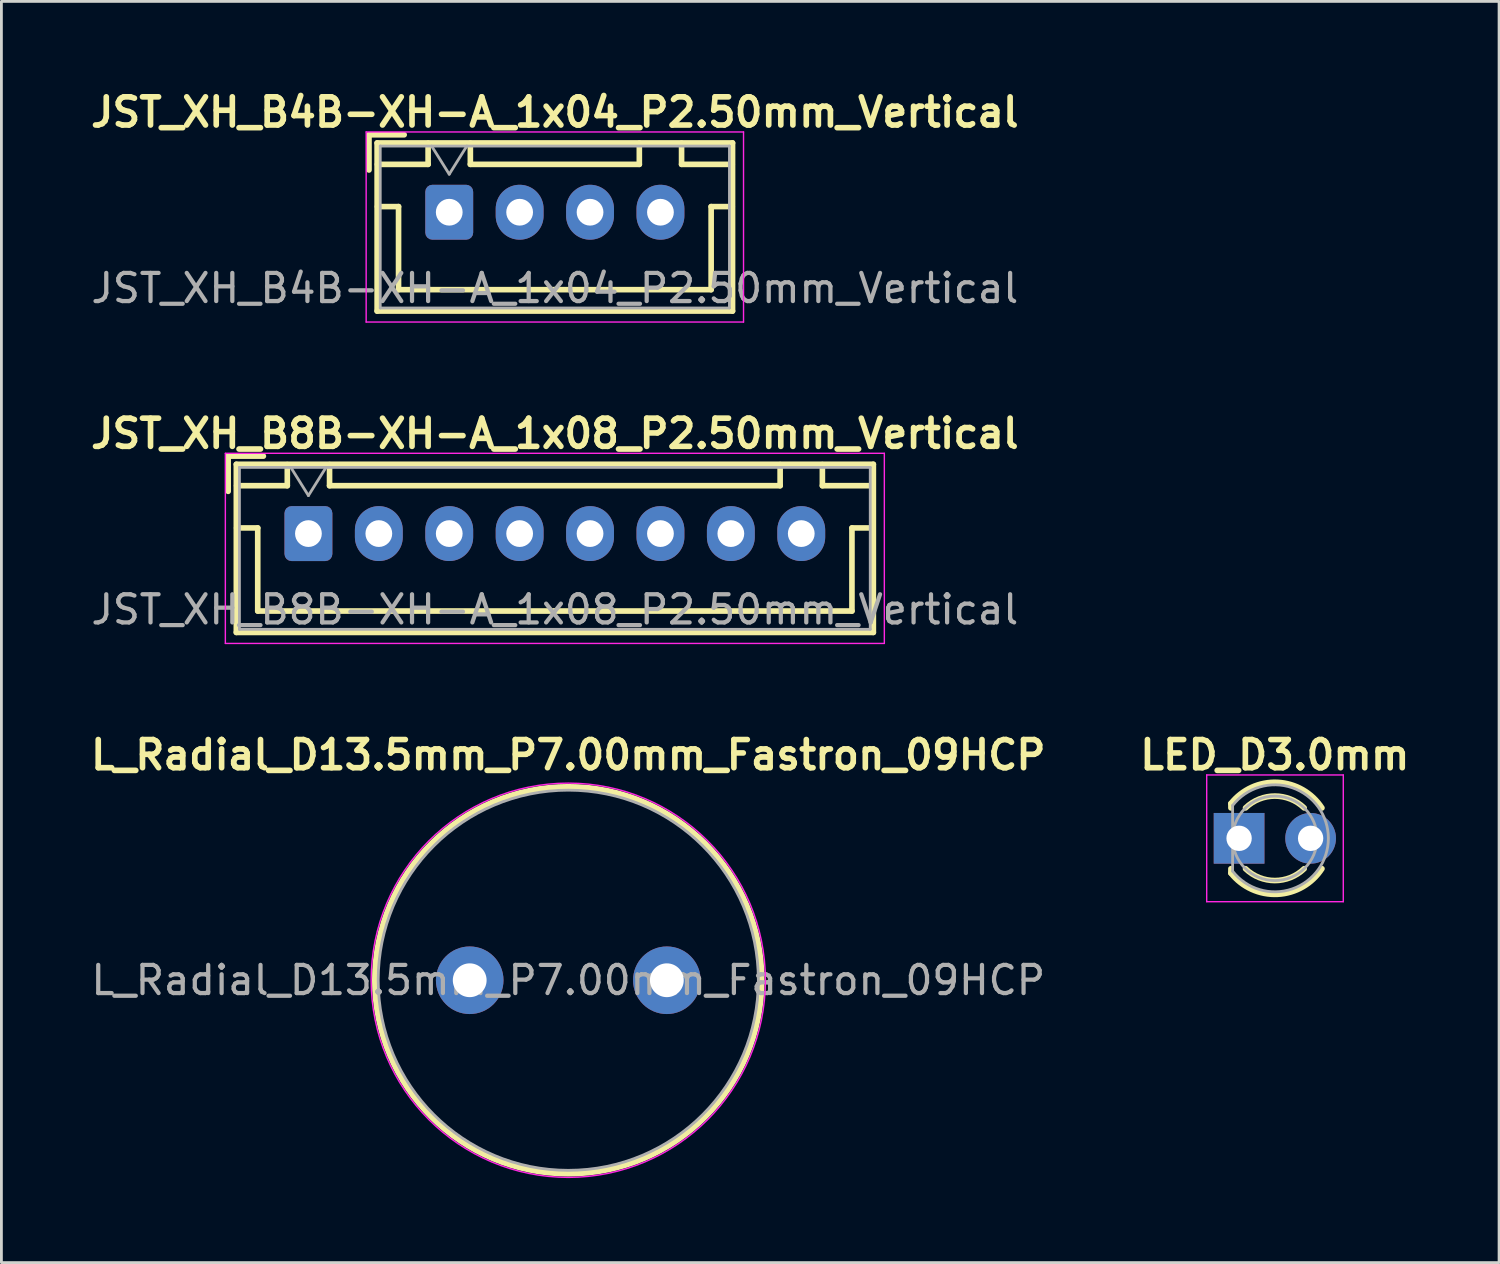
<source format=kicad_pcb>
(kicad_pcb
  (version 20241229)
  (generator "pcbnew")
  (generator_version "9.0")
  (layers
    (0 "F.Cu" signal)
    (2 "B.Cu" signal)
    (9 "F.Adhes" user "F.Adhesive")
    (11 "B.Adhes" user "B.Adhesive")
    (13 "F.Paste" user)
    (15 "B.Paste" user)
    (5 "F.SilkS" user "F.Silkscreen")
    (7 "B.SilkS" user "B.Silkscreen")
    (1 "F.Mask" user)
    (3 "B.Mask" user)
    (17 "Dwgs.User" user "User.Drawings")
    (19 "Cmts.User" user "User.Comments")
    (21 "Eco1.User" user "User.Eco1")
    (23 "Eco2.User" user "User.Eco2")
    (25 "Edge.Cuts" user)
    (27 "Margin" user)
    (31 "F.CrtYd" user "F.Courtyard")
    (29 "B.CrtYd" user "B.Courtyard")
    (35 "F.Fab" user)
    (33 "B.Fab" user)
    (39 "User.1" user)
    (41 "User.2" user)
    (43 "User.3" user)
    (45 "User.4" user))
  (footprint "LED_D3.0mm"
    (layer "F.Cu")
    (at 40.949 26.718)
    (property "Reference" "LED_D3.0mm" (at 1.27 -2.96 0) (layer "F.SilkS") (effects (font (size 1 1) (thickness 0.2))))
    (attr through_hole)
    (fp_line (start -0.29 -1.236) (end -0.29 -1.08) (stroke (width 0.2) (type solid)) (layer "F.SilkS"))
    (fp_line (start -0.29 1.08) (end -0.29 1.236) (stroke (width 0.2) (type solid)) (layer "F.SilkS"))
    (fp_arc (start -0.29 -1.235516) (mid 1.366487 -1.987659) (end 2.942335 -1.078608) (stroke (width 0.2) (type solid)) (layer "F.SilkS"))
    (fp_arc (start 0.229039 -1.08) (mid 1.270117 -1.5) (end 2.31113 -1.079837) (stroke (width 0.2) (type solid)) (layer "F.SilkS"))
    (fp_arc (start 2.31113 1.079837) (mid 1.270117 1.5) (end 0.229039 1.08) (stroke (width 0.2) (type solid)) (layer "F.SilkS"))
    (fp_arc (start 2.942335 1.078608) (mid 1.366487 1.987659) (end -0.29 1.235516) (stroke (width 0.2) (type solid)) (layer "F.SilkS"))
    (fp_line (start -1.15 -2.25) (end -1.15 2.25) (stroke (width 0.05) (type solid)) (layer "F.CrtYd"))
    (fp_line (start -1.15 2.25) (end 3.7 2.25) (stroke (width 0.05) (type solid)) (layer "F.CrtYd"))
    (fp_line (start 3.7 -2.25) (end -1.15 -2.25) (stroke (width 0.05) (type solid)) (layer "F.CrtYd"))
    (fp_line (start 3.7 2.25) (end 3.7 -2.25) (stroke (width 0.05) (type solid)) (layer "F.CrtYd"))
    (fp_line (start -0.23 -1.166) (end -0.23 1.166) (stroke (width 0.1) (type solid)) (layer "F.Fab"))
    (fp_arc (start -0.23 -1.16619) (mid 3.17 0.000452) (end -0.230555 1.165476) (stroke (width 0.1) (type solid)) (layer "F.Fab"))
    (fp_circle (center 1.27 0) (end 2.77 0) (stroke (width 0.1) (type solid)) (fill no) (layer "F.Fab"))
    (pad "1" thru_hole rect (at 0 0) (size 1.8 1.8) (drill 0.9) (layers "*.Cu" "*.Mask"))
    (pad "2" thru_hole circle (at 2.54 0) (size 1.8 1.8) (drill 0.9) (layers "*.Cu" "*.Mask")))
  (footprint "JST_XH_B4B-XH-A_1x04_P2.50mm_Vertical"
    (layer "F.Cu")
    (at 12.902 4.486)
    (property "Reference" "JST_XH_B4B-XH-A_1x04_P2.50mm_Vertical" (at 3.75 -3.55 0) (layer "F.SilkS") (effects (font (size 1 1) (thickness 0.2))))
    (attr through_hole)
    (fp_line (start -2.85 -2.75) (end -2.85 -1.5) (stroke (width 0.2) (type solid)) (layer "F.SilkS"))
    (fp_line (start -2.56 -2.46) (end -2.56 3.51) (stroke (width 0.2) (type solid)) (layer "F.SilkS"))
    (fp_line (start -2.56 3.51) (end 10.06 3.51) (stroke (width 0.2) (type solid)) (layer "F.SilkS"))
    (fp_line (start -2.55 -2.45) (end -2.55 -1.7) (stroke (width 0.12) (type solid)) (layer "F.SilkS"))
    (fp_line (start -2.55 -1.7) (end -0.75 -1.7) (stroke (width 0.2) (type solid)) (layer "F.SilkS"))
    (fp_line (start -2.55 -0.2) (end -1.8 -0.2) (stroke (width 0.2) (type solid)) (layer "F.SilkS"))
    (fp_line (start -1.8 -0.2) (end -1.8 2.75) (stroke (width 0.2) (type solid)) (layer "F.SilkS"))
    (fp_line (start -1.8 2.75) (end 3.75 2.75) (stroke (width 0.2) (type solid)) (layer "F.SilkS"))
    (fp_line (start -1.6 -2.75) (end -2.85 -2.75) (stroke (width 0.2) (type solid)) (layer "F.SilkS"))
    (fp_line (start -0.75 -2.45) (end -2.55 -2.45) (stroke (width 0.12) (type solid)) (layer "F.SilkS"))
    (fp_line (start -0.75 -1.7) (end -0.75 -2.45) (stroke (width 0.2) (type solid)) (layer "F.SilkS"))
    (fp_line (start 0.75 -2.45) (end 0.75 -1.7) (stroke (width 0.2) (type solid)) (layer "F.SilkS"))
    (fp_line (start 0.75 -1.7) (end 6.75 -1.7) (stroke (width 0.2) (type solid)) (layer "F.SilkS"))
    (fp_line (start 6.75 -2.45) (end 0.75 -2.45) (stroke (width 0.12) (type solid)) (layer "F.SilkS"))
    (fp_line (start 6.75 -1.7) (end 6.75 -2.45) (stroke (width 0.2) (type solid)) (layer "F.SilkS"))
    (fp_line (start 8.25 -2.45) (end 8.25 -1.7) (stroke (width 0.2) (type solid)) (layer "F.SilkS"))
    (fp_line (start 8.25 -1.7) (end 10.05 -1.7) (stroke (width 0.2) (type solid)) (layer "F.SilkS"))
    (fp_line (start 9.3 -0.2) (end 9.3 2.75) (stroke (width 0.2) (type solid)) (layer "F.SilkS"))
    (fp_line (start 9.3 2.75) (end 3.75 2.75) (stroke (width 0.2) (type solid)) (layer "F.SilkS"))
    (fp_line (start 10.05 -2.45) (end 8.25 -2.45) (stroke (width 0.12) (type solid)) (layer "F.SilkS"))
    (fp_line (start 10.05 -1.7) (end 10.05 -2.45) (stroke (width 0.12) (type solid)) (layer "F.SilkS"))
    (fp_line (start 10.05 -0.2) (end 9.3 -0.2) (stroke (width 0.2) (type solid)) (layer "F.SilkS"))
    (fp_line (start 10.06 -2.46) (end -2.56 -2.46) (stroke (width 0.2) (type solid)) (layer "F.SilkS"))
    (fp_line (start 10.06 3.51) (end 10.06 -2.46) (stroke (width 0.2) (type solid)) (layer "F.SilkS"))
    (fp_line (start -2.95 -2.85) (end -2.95 3.9) (stroke (width 0.05) (type solid)) (layer "F.CrtYd"))
    (fp_line (start -2.95 3.9) (end 10.45 3.9) (stroke (width 0.05) (type solid)) (layer "F.CrtYd"))
    (fp_line (start 10.45 -2.85) (end -2.95 -2.85) (stroke (width 0.05) (type solid)) (layer "F.CrtYd"))
    (fp_line (start 10.45 3.9) (end 10.45 -2.85) (stroke (width 0.05) (type solid)) (layer "F.CrtYd"))
    (fp_line (start -2.45 -2.35) (end -2.45 3.4) (stroke (width 0.1) (type solid)) (layer "F.Fab"))
    (fp_line (start -2.45 3.4) (end 9.95 3.4) (stroke (width 0.1) (type solid)) (layer "F.Fab"))
    (fp_line (start -0.625 -2.35) (end 0 -1.35) (stroke (width 0.1) (type solid)) (layer "F.Fab"))
    (fp_line (start 0 -1.35) (end 0.625 -2.35) (stroke (width 0.1) (type solid)) (layer "F.Fab"))
    (fp_line (start 9.95 -2.35) (end -2.45 -2.35) (stroke (width 0.1) (type solid)) (layer "F.Fab"))
    (fp_line (start 9.95 3.4) (end 9.95 -2.35) (stroke (width 0.1) (type solid)) (layer "F.Fab"))
    (fp_text user "${REFERENCE}" (at 3.75 2.7 0) (layer "F.Fab") (effects (font (size 1 1) (thickness 0.15))))
    (pad "1" thru_hole roundrect (at 0 0) (size 1.7 1.95) (drill 0.95) (layers "*.Cu" "*.Mask") (roundrect_rratio 0.147))
    (pad "2" thru_hole oval (at 2.5 0) (size 1.7 1.95) (drill 0.95) (layers "*.Cu" "*.Mask"))
    (pad "3" thru_hole oval (at 5 0) (size 1.7 1.95) (drill 0.95) (layers "*.Cu" "*.Mask"))
    (pad "4" thru_hole oval (at 7.5 0) (size 1.7 1.95) (drill 0.95) (layers "*.Cu" "*.Mask")))
  (footprint "JST_XH_B8B-XH-A_1x08_P2.50mm_Vertical"
    (layer "F.Cu")
    (at 7.902 15.897)
    (property "Reference" "JST_XH_B8B-XH-A_1x08_P2.50mm_Vertical" (at 8.75 -3.55 0) (layer "F.SilkS") (effects (font (size 1 1) (thickness 0.2))))
    (attr through_hole)
    (fp_line (start -2.85 -2.75) (end -2.85 -1.5) (stroke (width 0.2) (type solid)) (layer "F.SilkS"))
    (fp_line (start -2.56 -2.46) (end -2.56 3.51) (stroke (width 0.2) (type solid)) (layer "F.SilkS"))
    (fp_line (start -2.56 3.51) (end 20.06 3.51) (stroke (width 0.2) (type solid)) (layer "F.SilkS"))
    (fp_line (start -2.55 -2.45) (end -2.55 -1.7) (stroke (width 0.12) (type solid)) (layer "F.SilkS"))
    (fp_line (start -2.55 -1.7) (end -0.75 -1.7) (stroke (width 0.2) (type solid)) (layer "F.SilkS"))
    (fp_line (start -2.55 -0.2) (end -1.8 -0.2) (stroke (width 0.2) (type solid)) (layer "F.SilkS"))
    (fp_line (start -1.8 -0.2) (end -1.8 2.75) (stroke (width 0.2) (type solid)) (layer "F.SilkS"))
    (fp_line (start -1.8 2.75) (end 8.75 2.75) (stroke (width 0.2) (type solid)) (layer "F.SilkS"))
    (fp_line (start -1.6 -2.75) (end -2.85 -2.75) (stroke (width 0.2) (type solid)) (layer "F.SilkS"))
    (fp_line (start -0.75 -2.45) (end -2.55 -2.45) (stroke (width 0.12) (type solid)) (layer "F.SilkS"))
    (fp_line (start -0.75 -1.7) (end -0.75 -2.45) (stroke (width 0.2) (type solid)) (layer "F.SilkS"))
    (fp_line (start 0.75 -2.45) (end 0.75 -1.7) (stroke (width 0.2) (type solid)) (layer "F.SilkS"))
    (fp_line (start 0.75 -1.7) (end 16.75 -1.7) (stroke (width 0.2) (type solid)) (layer "F.SilkS"))
    (fp_line (start 16.75 -2.45) (end 0.75 -2.45) (stroke (width 0.12) (type solid)) (layer "F.SilkS"))
    (fp_line (start 16.75 -1.7) (end 16.75 -2.45) (stroke (width 0.2) (type solid)) (layer "F.SilkS"))
    (fp_line (start 18.25 -2.45) (end 18.25 -1.7) (stroke (width 0.2) (type solid)) (layer "F.SilkS"))
    (fp_line (start 18.25 -1.7) (end 20.05 -1.7) (stroke (width 0.2) (type solid)) (layer "F.SilkS"))
    (fp_line (start 19.3 -0.2) (end 19.3 2.75) (stroke (width 0.2) (type solid)) (layer "F.SilkS"))
    (fp_line (start 19.3 2.75) (end 8.75 2.75) (stroke (width 0.2) (type solid)) (layer "F.SilkS"))
    (fp_line (start 20.05 -2.45) (end 18.25 -2.45) (stroke (width 0.12) (type solid)) (layer "F.SilkS"))
    (fp_line (start 20.05 -1.7) (end 20.05 -2.45) (stroke (width 0.12) (type solid)) (layer "F.SilkS"))
    (fp_line (start 20.05 -0.2) (end 19.3 -0.2) (stroke (width 0.2) (type solid)) (layer "F.SilkS"))
    (fp_line (start 20.06 -2.46) (end -2.56 -2.46) (stroke (width 0.2) (type solid)) (layer "F.SilkS"))
    (fp_line (start 20.06 3.51) (end 20.06 -2.46) (stroke (width 0.2) (type solid)) (layer "F.SilkS"))
    (fp_line (start -2.95 -2.85) (end -2.95 3.9) (stroke (width 0.05) (type solid)) (layer "F.CrtYd"))
    (fp_line (start -2.95 3.9) (end 20.45 3.9) (stroke (width 0.05) (type solid)) (layer "F.CrtYd"))
    (fp_line (start 20.45 -2.85) (end -2.95 -2.85) (stroke (width 0.05) (type solid)) (layer "F.CrtYd"))
    (fp_line (start 20.45 3.9) (end 20.45 -2.85) (stroke (width 0.05) (type solid)) (layer "F.CrtYd"))
    (fp_line (start -2.45 -2.35) (end -2.45 3.4) (stroke (width 0.1) (type solid)) (layer "F.Fab"))
    (fp_line (start -2.45 3.4) (end 19.95 3.4) (stroke (width 0.1) (type solid)) (layer "F.Fab"))
    (fp_line (start -0.625 -2.35) (end 0 -1.35) (stroke (width 0.1) (type solid)) (layer "F.Fab"))
    (fp_line (start 0 -1.35) (end 0.625 -2.35) (stroke (width 0.1) (type solid)) (layer "F.Fab"))
    (fp_line (start 19.95 -2.35) (end -2.45 -2.35) (stroke (width 0.1) (type solid)) (layer "F.Fab"))
    (fp_line (start 19.95 3.4) (end 19.95 -2.35) (stroke (width 0.1) (type solid)) (layer "F.Fab"))
    (fp_text user "${REFERENCE}" (at 8.75 2.7 0) (layer "F.Fab") (effects (font (size 1 1) (thickness 0.15))))
    (pad "1" thru_hole roundrect (at 0 0) (size 1.7 1.95) (drill 0.95) (layers "*.Cu" "*.Mask") (roundrect_rratio 0.147))
    (pad "2" thru_hole oval (at 2.5 0) (size 1.7 1.95) (drill 0.95) (layers "*.Cu" "*.Mask"))
    (pad "3" thru_hole oval (at 5 0) (size 1.7 1.95) (drill 0.95) (layers "*.Cu" "*.Mask"))
    (pad "4" thru_hole oval (at 7.5 0) (size 1.7 1.95) (drill 0.95) (layers "*.Cu" "*.Mask"))
    (pad "5" thru_hole oval (at 10 0) (size 1.7 1.95) (drill 0.95) (layers "*.Cu" "*.Mask"))
    (pad "6" thru_hole oval (at 12.5 0) (size 1.7 1.95) (drill 0.95) (layers "*.Cu" "*.Mask"))
    (pad "7" thru_hole oval (at 15 0) (size 1.7 1.95) (drill 0.95) (layers "*.Cu" "*.Mask"))
    (pad "8" thru_hole oval (at 17.5 0) (size 1.7 1.95) (drill 0.95) (layers "*.Cu" "*.Mask")))
  (footprint "L_Radial_D13.5mm_P7.00mm_Fastron_09HCP"
    (layer "F.Cu")
    (at 13.629 31.758)
    (property "Reference" "L_Radial_D13.5mm_P7.00mm_Fastron_09HCP" (at 3.5 -8 0) (layer "F.SilkS") (effects (font (size 1 1) (thickness 0.2))))
    (attr through_hole)
    (fp_circle (center 3.5 0) (end 10.37 0) (stroke (width 0.2) (type solid)) (fill no) (layer "F.SilkS"))
    (fp_circle (center 3.5 0) (end 10.5 0) (stroke (width 0.05) (type solid)) (fill no) (layer "F.CrtYd"))
    (fp_circle (center 3.5 0) (end 10.25 0) (stroke (width 0.1) (type solid)) (fill no) (layer "F.Fab"))
    (fp_text user "${REFERENCE}" (at 3.5 0 0) (layer "F.Fab") (effects (font (size 1 1) (thickness 0.15))))
    (pad "1" thru_hole circle (at 0 0) (size 2.4 2.4) (drill 1.2) (layers "*.Cu" "*.Mask"))
    (pad "2" thru_hole circle (at 7 0) (size 2.4 2.4) (drill 1.2) (layers "*.Cu" "*.Mask")))
  (gr_rect
    (start -3 -3)
    (end 50.181 41.783)
    (stroke (width 0.1) (type default))
    (fill no)
    (layer "Edge.Cuts")))
</source>
